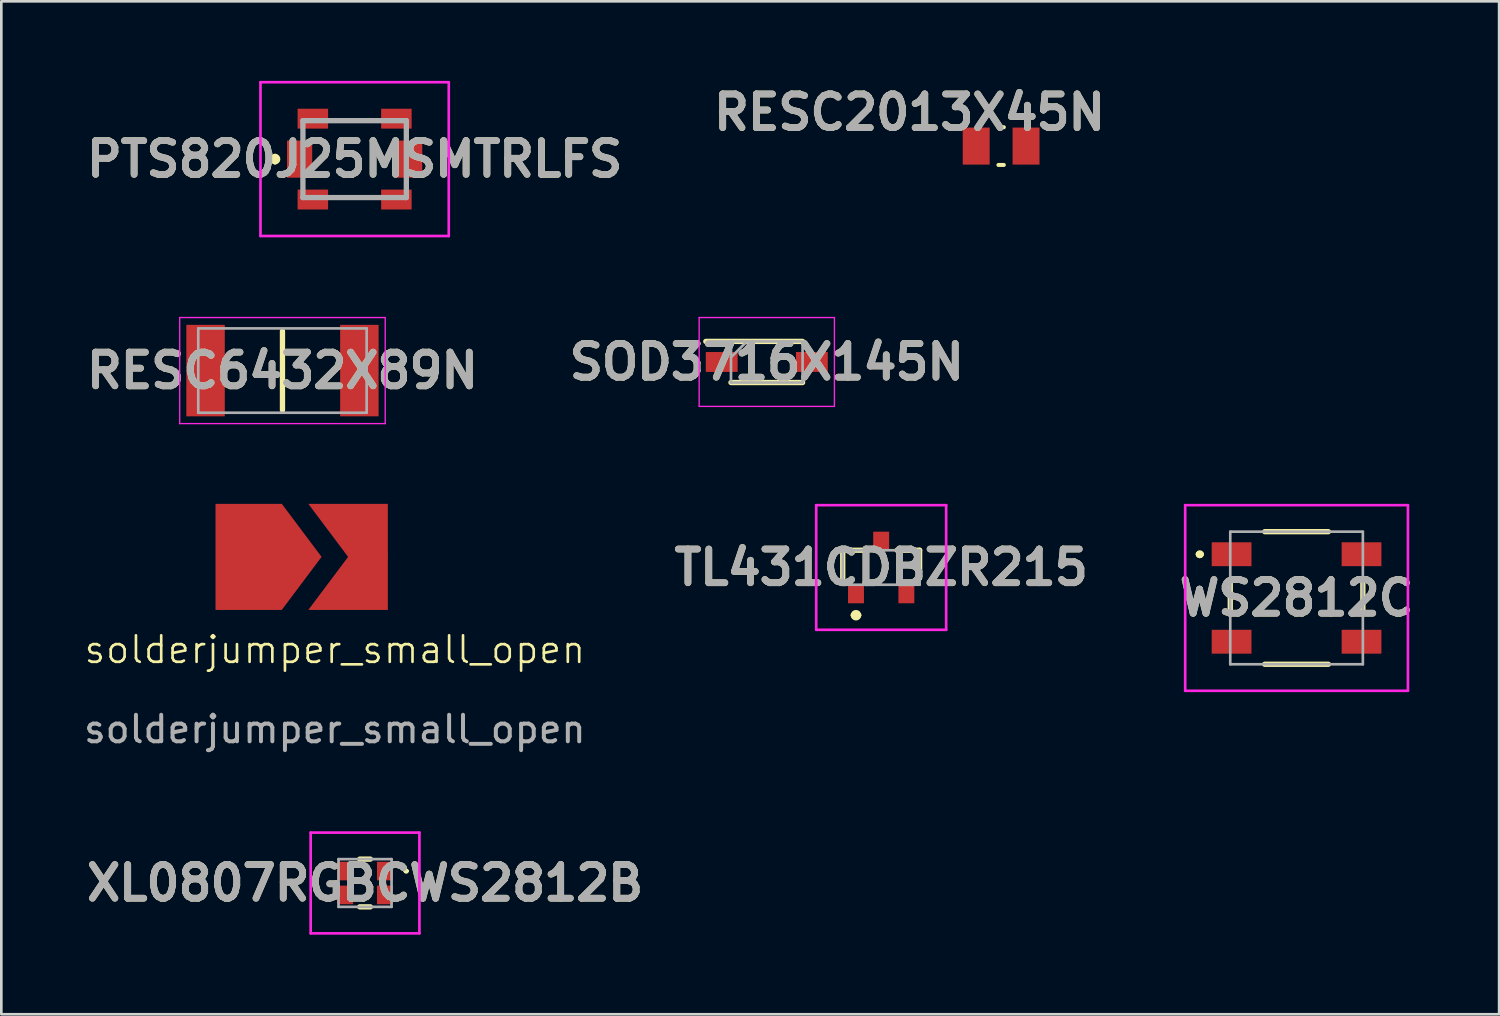
<source format=kicad_pcb>
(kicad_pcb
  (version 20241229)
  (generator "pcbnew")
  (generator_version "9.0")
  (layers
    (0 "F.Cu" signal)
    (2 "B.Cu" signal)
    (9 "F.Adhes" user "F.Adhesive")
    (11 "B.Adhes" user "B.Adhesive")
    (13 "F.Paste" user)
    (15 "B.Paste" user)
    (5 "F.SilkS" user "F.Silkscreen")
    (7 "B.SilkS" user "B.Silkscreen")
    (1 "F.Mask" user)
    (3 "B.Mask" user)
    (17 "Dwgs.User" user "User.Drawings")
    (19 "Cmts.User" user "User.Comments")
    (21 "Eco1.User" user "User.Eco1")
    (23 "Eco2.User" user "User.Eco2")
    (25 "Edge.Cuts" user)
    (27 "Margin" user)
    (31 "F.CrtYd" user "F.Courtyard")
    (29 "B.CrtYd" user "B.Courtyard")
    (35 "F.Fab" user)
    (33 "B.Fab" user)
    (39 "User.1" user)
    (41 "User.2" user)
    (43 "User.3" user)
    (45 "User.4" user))
  (footprint "solderjumper_small_open"
    (layer "F.Cu")
    (at 9.577 21.95)
    (property "Reference" "solderjumper_small_open" (at 0 -0.5 0) (unlocked yes) (layer "F.SilkS") (effects (font (size 1 1) (thickness 0.1))))
    (attr smd)
    (fp_poly (pts (xy -4.5 -6) (xy -4.5 -2) (xy -2 -2) (xy -0.5 -4) (xy -2 -6)) (stroke (width 0) (type solid)) (fill yes) (layer "F.Cu"))
    (fp_poly (pts (xy -1 -6) (xy 0.5 -4) (xy -1 -2) (xy 2 -2) (xy 2 -6)) (stroke (width 0) (type solid)) (fill yes) (layer "F.Cu"))
    (fp_text user "${REFERENCE}" (at 0 2.5 0) (unlocked yes) (layer "F.Fab") (effects (font (size 1 1) (thickness 0.15))))
    (pad "1" smd custom (at -3 -4) (size 0.2 0.2) (layers "F.Cu" "F.Mask") (options (anchor rect)) (primitives (gr_poly (pts (xy 1 0) (xy 0.5 0.75) (xy -0.5 0.75) (xy -0.5 -0.75) (xy 0.5 -0.75)) (width 0) (fill yes))))
    (pad "2" smd custom (at 1 -4) (size 0.2 0.2) (layers "F.Cu" "F.Mask") (options (anchor rect)) (primitives (gr_poly (pts (xy 1 0) (xy 0.5 0.75) (xy -0.5 0.75) (xy -0.5 -0.75) (xy 0.5 -0.75)) (width 0) (fill yes)))))
  (footprint "XL0807RGBCWS2812B"
    (layer "F.Cu")
    (at 10.716 30.248)
    (property "Reference" "XL0807RGBCWS2812B" (at 0 0 0) (layer "F.SilkS") (effects (font (size 1.27 1.27) (thickness 0.254))))
    (attr smd)
    (fp_line (start -0.2 -0.9) (end 0.2 -0.9) (stroke (width 0.2) (type solid)) (layer "F.SilkS"))
    (fp_line (start -0.2 0.9) (end 0.2 0.9) (stroke (width 0.2) (type solid)) (layer "F.SilkS"))
    (fp_line (start 1.5 -0.45) (end 1.5 -0.45) (stroke (width 0.1) (type solid)) (layer "F.SilkS"))
    (fp_line (start 1.6 -0.45) (end 1.6 -0.45) (stroke (width 0.1) (type solid)) (layer "F.SilkS"))
    (fp_arc (start 1.5 -0.45) (mid 1.55 -0.5) (end 1.6 -0.45) (stroke (width 0.1) (type solid)) (layer "F.SilkS"))
    (fp_arc (start 1.6 -0.45) (mid 1.55 -0.4) (end 1.5 -0.45) (stroke (width 0.1) (type solid)) (layer "F.SilkS"))
    (fp_line (start -2.05 -1.9) (end 2.05 -1.9) (stroke (width 0.1) (type solid)) (layer "F.CrtYd"))
    (fp_line (start -2.05 1.9) (end -2.05 -1.9) (stroke (width 0.1) (type solid)) (layer "F.CrtYd"))
    (fp_line (start 2.05 -1.9) (end 2.05 1.9) (stroke (width 0.1) (type solid)) (layer "F.CrtYd"))
    (fp_line (start 2.05 1.9) (end -2.05 1.9) (stroke (width 0.1) (type solid)) (layer "F.CrtYd"))
    (fp_line (start -1 -0.9) (end 1 -0.9) (stroke (width 0.1) (type solid)) (layer "F.Fab"))
    (fp_line (start -1 0.9) (end -1 -0.9) (stroke (width 0.1) (type solid)) (layer "F.Fab"))
    (fp_line (start 1 -0.9) (end 1 0.9) (stroke (width 0.1) (type solid)) (layer "F.Fab"))
    (fp_line (start 1 0.9) (end -1 0.9) (stroke (width 0.1) (type solid)) (layer "F.Fab"))
    (fp_text user "${REFERENCE}" (at 0 0 0) (layer "F.Fab") (effects (font (size 1.27 1.27) (thickness 0.254))))
    (pad "1" smd rect (at 0.75 -0.45) (size 0.6 0.7) (layers "F.Cu" "F.Mask" "F.Paste"))
    (pad "2" smd rect (at -0.75 -0.45) (size 0.6 0.7) (layers "F.Cu" "F.Mask" "F.Paste"))
    (pad "3" smd rect (at -0.75 0.45) (size 0.6 0.7) (layers "F.Cu" "F.Mask" "F.Paste"))
    (pad "4" smd rect (at 0.75 0.45) (size 0.6 0.7) (layers "F.Cu" "F.Mask" "F.Paste")))
  (footprint "SOD3716X145N"
    (layer "F.Cu")
    (at 25.866 10.6)
    (property "Reference" "SOD3716X145N" (at 0 0 0) (layer "F.SilkS") (effects (font (size 1.27 1.27) (thickness 0.254))))
    (attr smd)
    (fp_line (start -2.3 -0.775) (end 1.35 -0.775) (stroke (width 0.2) (type solid)) (layer "F.SilkS"))
    (fp_line (start -1.35 0.775) (end 1.35 0.775) (stroke (width 0.2) (type solid)) (layer "F.SilkS"))
    (fp_line (start -2.55 -1.675) (end 2.55 -1.675) (stroke (width 0.05) (type solid)) (layer "F.CrtYd"))
    (fp_line (start -2.55 1.675) (end -2.55 -1.675) (stroke (width 0.05) (type solid)) (layer "F.CrtYd"))
    (fp_line (start 2.55 -1.675) (end 2.55 1.675) (stroke (width 0.05) (type solid)) (layer "F.CrtYd"))
    (fp_line (start 2.55 1.675) (end -2.55 1.675) (stroke (width 0.05) (type solid)) (layer "F.CrtYd"))
    (fp_line (start -1.35 -0.775) (end 1.35 -0.775) (stroke (width 0.1) (type solid)) (layer "F.Fab"))
    (fp_line (start -1.35 -0.175) (end -0.75 -0.775) (stroke (width 0.1) (type solid)) (layer "F.Fab"))
    (fp_line (start -1.35 0.775) (end -1.35 -0.775) (stroke (width 0.1) (type solid)) (layer "F.Fab"))
    (fp_line (start 1.35 -0.775) (end 1.35 0.775) (stroke (width 0.1) (type solid)) (layer "F.Fab"))
    (fp_line (start 1.35 0.775) (end -1.35 0.775) (stroke (width 0.1) (type solid)) (layer "F.Fab"))
    (fp_text user "${REFERENCE}" (at 0 0 0) (layer "F.Fab") (effects (font (size 1.27 1.27) (thickness 0.254))))
    (pad "1" smd rect (at -1.7 0 90) (size 0.75 1.2) (layers "F.Cu" "F.Mask" "F.Paste"))
    (pad "2" smd rect (at 1.7 0 90) (size 0.75 1.2) (layers "F.Cu" "F.Mask" "F.Paste")))
  (footprint "RESC2013X45N"
    (layer "F.Cu")
    (at 34.703 2.459)
    (property "Reference" "RESC2013X45N" (at -3.454 -1.27 0) (layer "F.SilkS") (effects (font (size 1.27 1.27) (thickness 0.254))))
    (attr smd)
    (fp_line (start -0.102 0.711) (end 0.102 0.711) (stroke (width 0.152) (type solid)) (layer "F.SilkS"))
    (fp_line (start 0.102 -0.711) (end -0.102 -0.711) (stroke (width 0.152) (type solid)) (layer "F.SilkS"))
    (fp_text user "${REFERENCE}" (at -3.454 -1.27 0) (layer "F.Fab") (effects (font (size 1.27 1.27) (thickness 0.254))))
    (pad "1" smd rect (at -0.94 0) (size 1.016 1.397) (layers "F.Cu" "F.Mask" "F.Paste"))
    (pad "2" smd rect (at 0.94 0) (size 1.016 1.397) (layers "F.Cu" "F.Mask" "F.Paste")))
  (footprint "RESC6432X89N"
    (layer "F.Cu")
    (at 7.602 10.925)
    (property "Reference" "RESC6432X89N" (at 0 0 0) (layer "F.SilkS") (effects (font (size 1.27 1.27) (thickness 0.254))))
    (attr smd)
    (fp_line (start 0 -1.49) (end 0 1.49) (stroke (width 0.2) (type solid)) (layer "F.SilkS"))
    (fp_line (start -3.875 -2) (end 3.875 -2) (stroke (width 0.05) (type solid)) (layer "F.CrtYd"))
    (fp_line (start -3.875 2) (end -3.875 -2) (stroke (width 0.05) (type solid)) (layer "F.CrtYd"))
    (fp_line (start 3.875 -2) (end 3.875 2) (stroke (width 0.05) (type solid)) (layer "F.CrtYd"))
    (fp_line (start 3.875 2) (end -3.875 2) (stroke (width 0.05) (type solid)) (layer "F.CrtYd"))
    (fp_line (start -3.175 -1.59) (end 3.175 -1.59) (stroke (width 0.1) (type solid)) (layer "F.Fab"))
    (fp_line (start -3.175 1.59) (end -3.175 -1.59) (stroke (width 0.1) (type solid)) (layer "F.Fab"))
    (fp_line (start 3.175 -1.59) (end 3.175 1.59) (stroke (width 0.1) (type solid)) (layer "F.Fab"))
    (fp_line (start 3.175 1.59) (end -3.175 1.59) (stroke (width 0.1) (type solid)) (layer "F.Fab"))
    (fp_text user "${REFERENCE}" (at 0 0 0) (layer "F.Fab") (effects (font (size 1.27 1.27) (thickness 0.254))))
    (pad "1" smd rect (at -2.9 0) (size 1.45 3.45) (layers "F.Cu" "F.Mask" "F.Paste"))
    (pad "2" smd rect (at 2.9 0) (size 1.45 3.45) (layers "F.Cu" "F.Mask" "F.Paste")))
  (footprint "PTS820J25MSMTRLFS"
    (layer "F.Cu")
    (at 10.323 2.95)
    (property "Reference" "PTS820J25MSMTRLFS" (at 0 0 0) (layer "F.SilkS") (effects (font (size 1.27 1.27) (thickness 0.254))))
    (attr smd)
    (fp_line (start -3 -0.1) (end -3 -0.1) (stroke (width 0.2) (type solid)) (layer "F.SilkS"))
    (fp_line (start -3 0.1) (end -3 0.1) (stroke (width 0.2) (type solid)) (layer "F.SilkS"))
    (fp_arc (start -3 -0.1) (mid -2.9 0) (end -3 0.1) (stroke (width 0.2) (type solid)) (layer "F.SilkS"))
    (fp_arc (start -3 0.1) (mid -3.1 0) (end -3 -0.1) (stroke (width 0.2) (type solid)) (layer "F.SilkS"))
    (fp_line (start -3.55 -2.9) (end 3.55 -2.9) (stroke (width 0.1) (type solid)) (layer "F.CrtYd"))
    (fp_line (start -3.55 2.9) (end -3.55 -2.9) (stroke (width 0.1) (type solid)) (layer "F.CrtYd"))
    (fp_line (start 3.55 -2.9) (end 3.55 2.9) (stroke (width 0.1) (type solid)) (layer "F.CrtYd"))
    (fp_line (start 3.55 2.9) (end -3.55 2.9) (stroke (width 0.1) (type solid)) (layer "F.CrtYd"))
    (fp_line (start -1.95 -1.45) (end 1.95 -1.45) (stroke (width 0.2) (type solid)) (layer "F.Fab"))
    (fp_line (start -1.95 1.45) (end -1.95 -1.45) (stroke (width 0.2) (type solid)) (layer "F.Fab"))
    (fp_line (start 1.95 -1.45) (end 1.95 1.45) (stroke (width 0.2) (type solid)) (layer "F.Fab"))
    (fp_line (start 1.95 1.45) (end -1.95 1.45) (stroke (width 0.2) (type solid)) (layer "F.Fab"))
    (fp_text user "${REFERENCE}" (at 0 0 0) (layer "F.Fab") (effects (font (size 1.27 1.27) (thickness 0.254))))
    (pad "1" smd rect (at -2.075 0) (size 0.95 1.4) (layers "F.Cu" "F.Mask" "F.Paste"))
    (pad "2" smd rect (at 2.075 0) (size 0.95 1.4) (layers "F.Cu" "F.Mask" "F.Paste"))
    (pad "G1" smd rect (at -1.575 1.525 90) (size 0.75 1.15) (layers "F.Cu" "F.Mask" "F.Paste"))
    (pad "G2" smd rect (at 1.575 1.525 90) (size 0.75 1.15) (layers "F.Cu" "F.Mask" "F.Paste"))
    (pad "G3" smd rect (at 1.575 -1.525 90) (size 0.75 1.15) (layers "F.Cu" "F.Mask" "F.Paste"))
    (pad "G4" smd rect (at -1.575 -1.525 90) (size 0.75 1.15) (layers "F.Cu" "F.Mask" "F.Paste")))
  (footprint "TL431CDBZR215"
    (layer "F.Cu")
    (at 30.18 18.35)
    (property "Reference" "TL431CDBZR215" (at 0 0 0) (layer "F.SilkS") (effects (font (size 1.27 1.27) (thickness 0.254))))
    (attr smd)
    (fp_line (start -1.45 -0.65) (end -1.45 0.4) (stroke (width 0.2) (type solid)) (layer "F.SilkS"))
    (fp_line (start -1.05 1.8) (end -1.05 1.8) (stroke (width 0.2) (type solid)) (layer "F.SilkS"))
    (fp_line (start -0.85 1.8) (end -0.85 1.8) (stroke (width 0.2) (type solid)) (layer "F.SilkS"))
    (fp_line (start -0.6 -0.65) (end -1.45 -0.65) (stroke (width 0.2) (type solid)) (layer "F.SilkS"))
    (fp_line (start 0.6 -0.65) (end 1.45 -0.65) (stroke (width 0.2) (type solid)) (layer "F.SilkS"))
    (fp_line (start 1.45 -0.65) (end 1.45 0.4) (stroke (width 0.2) (type solid)) (layer "F.SilkS"))
    (fp_arc (start -1.05 1.8) (mid -0.95 1.7) (end -0.85 1.8) (stroke (width 0.2) (type solid)) (layer "F.SilkS"))
    (fp_arc (start -0.85 1.8) (mid -0.95 1.9) (end -1.05 1.8) (stroke (width 0.2) (type solid)) (layer "F.SilkS"))
    (fp_line (start -2.45 -2.35) (end 2.45 -2.35) (stroke (width 0.1) (type solid)) (layer "F.CrtYd"))
    (fp_line (start -2.45 2.35) (end -2.45 -2.35) (stroke (width 0.1) (type solid)) (layer "F.CrtYd"))
    (fp_line (start 2.45 -2.35) (end 2.45 2.35) (stroke (width 0.1) (type solid)) (layer "F.CrtYd"))
    (fp_line (start 2.45 2.35) (end -2.45 2.35) (stroke (width 0.1) (type solid)) (layer "F.CrtYd"))
    (fp_line (start -1.45 -0.65) (end 1.45 -0.65) (stroke (width 0.1) (type solid)) (layer "F.Fab"))
    (fp_line (start -1.45 0.65) (end -1.45 -0.65) (stroke (width 0.1) (type solid)) (layer "F.Fab"))
    (fp_line (start 1.45 -0.65) (end 1.45 0.65) (stroke (width 0.1) (type solid)) (layer "F.Fab"))
    (fp_line (start 1.45 0.65) (end -1.45 0.65) (stroke (width 0.1) (type solid)) (layer "F.Fab"))
    (fp_text user "${REFERENCE}" (at 0 0 0) (layer "F.Fab") (effects (font (size 1.27 1.27) (thickness 0.254))))
    (pad "1" smd rect (at -0.95 1) (size 0.6 0.7) (layers "F.Cu" "F.Mask" "F.Paste"))
    (pad "2" smd rect (at 0.95 1) (size 0.6 0.7) (layers "F.Cu" "F.Mask" "F.Paste"))
    (pad "3" smd rect (at 0 -1) (size 0.6 0.7) (layers "F.Cu" "F.Mask" "F.Paste")))
  (footprint "WS2812C"
    (layer "F.Cu")
    (at 45.844 19.5)
    (property "Reference" "WS2812C" (at 0 0 0) (layer "F.SilkS") (effects (font (size 1.27 1.27) (thickness 0.254))))
    (attr smd)
    (fp_line (start -3.7 -1.65) (end -3.7 -1.65) (stroke (width 0.2) (type solid)) (layer "F.SilkS"))
    (fp_line (start -3.7 -1.65) (end -3.7 -1.65) (stroke (width 0.2) (type solid)) (layer "F.SilkS"))
    (fp_line (start -3.6 -1.65) (end -3.6 -1.65) (stroke (width 0.2) (type solid)) (layer "F.SilkS"))
    (fp_line (start -2.5 -0.6) (end -2.5 0.6) (stroke (width 0.2) (type solid)) (layer "F.SilkS"))
    (fp_line (start -1.2 -2.5) (end 1.2 -2.5) (stroke (width 0.2) (type solid)) (layer "F.SilkS"))
    (fp_line (start -1.2 2.5) (end 1.2 2.5) (stroke (width 0.2) (type solid)) (layer "F.SilkS"))
    (fp_line (start 2.5 -0.6) (end 2.5 0.6) (stroke (width 0.2) (type solid)) (layer "F.SilkS"))
    (fp_arc (start -3.7 -1.65) (mid -3.65 -1.7) (end -3.6 -1.65) (stroke (width 0.2) (type solid)) (layer "F.SilkS"))
    (fp_arc (start -3.6 -1.65) (mid -3.65 -1.6) (end -3.7 -1.65) (stroke (width 0.2) (type solid)) (layer "F.SilkS"))
    (fp_arc (start -3.6 -1.65) (mid -3.65 -1.6) (end -3.7 -1.65) (stroke (width 0.2) (type solid)) (layer "F.SilkS"))
    (fp_line (start -4.2 -3.5) (end 4.2 -3.5) (stroke (width 0.1) (type solid)) (layer "F.CrtYd"))
    (fp_line (start -4.2 3.5) (end -4.2 -3.5) (stroke (width 0.1) (type solid)) (layer "F.CrtYd"))
    (fp_line (start 4.2 -3.5) (end 4.2 3.5) (stroke (width 0.1) (type solid)) (layer "F.CrtYd"))
    (fp_line (start 4.2 3.5) (end -4.2 3.5) (stroke (width 0.1) (type solid)) (layer "F.CrtYd"))
    (fp_line (start -2.5 -2.5) (end -2.5 2.5) (stroke (width 0.1) (type solid)) (layer "F.Fab"))
    (fp_line (start -2.5 2.5) (end 2.5 2.5) (stroke (width 0.1) (type solid)) (layer "F.Fab"))
    (fp_line (start 2.5 -2.5) (end -2.5 -2.5) (stroke (width 0.1) (type solid)) (layer "F.Fab"))
    (fp_line (start 2.5 2.5) (end 2.5 -2.5) (stroke (width 0.1) (type solid)) (layer "F.Fab"))
    (fp_text user "${REFERENCE}" (at 0 0 0) (layer "F.Fab") (effects (font (size 1.27 1.27) (thickness 0.254))))
    (pad "1" smd rect (at -2.45 -1.65 90) (size 0.9 1.5) (layers "F.Cu" "F.Mask" "F.Paste"))
    (pad "2" smd rect (at -2.45 1.65 90) (size 0.9 1.5) (layers "F.Cu" "F.Mask" "F.Paste"))
    (pad "3" smd rect (at 2.45 1.65 90) (size 0.9 1.5) (layers "F.Cu" "F.Mask" "F.Paste"))
    (pad "4" smd rect (at 2.45 -1.65 90) (size 0.9 1.5) (layers "F.Cu" "F.Mask" "F.Paste")))
  (gr_rect
    (start -3 -3)
    (end 53.482 35.198)
    (stroke (width 0.1) (type default))
    (fill no)
    (layer "Edge.Cuts")))
</source>
